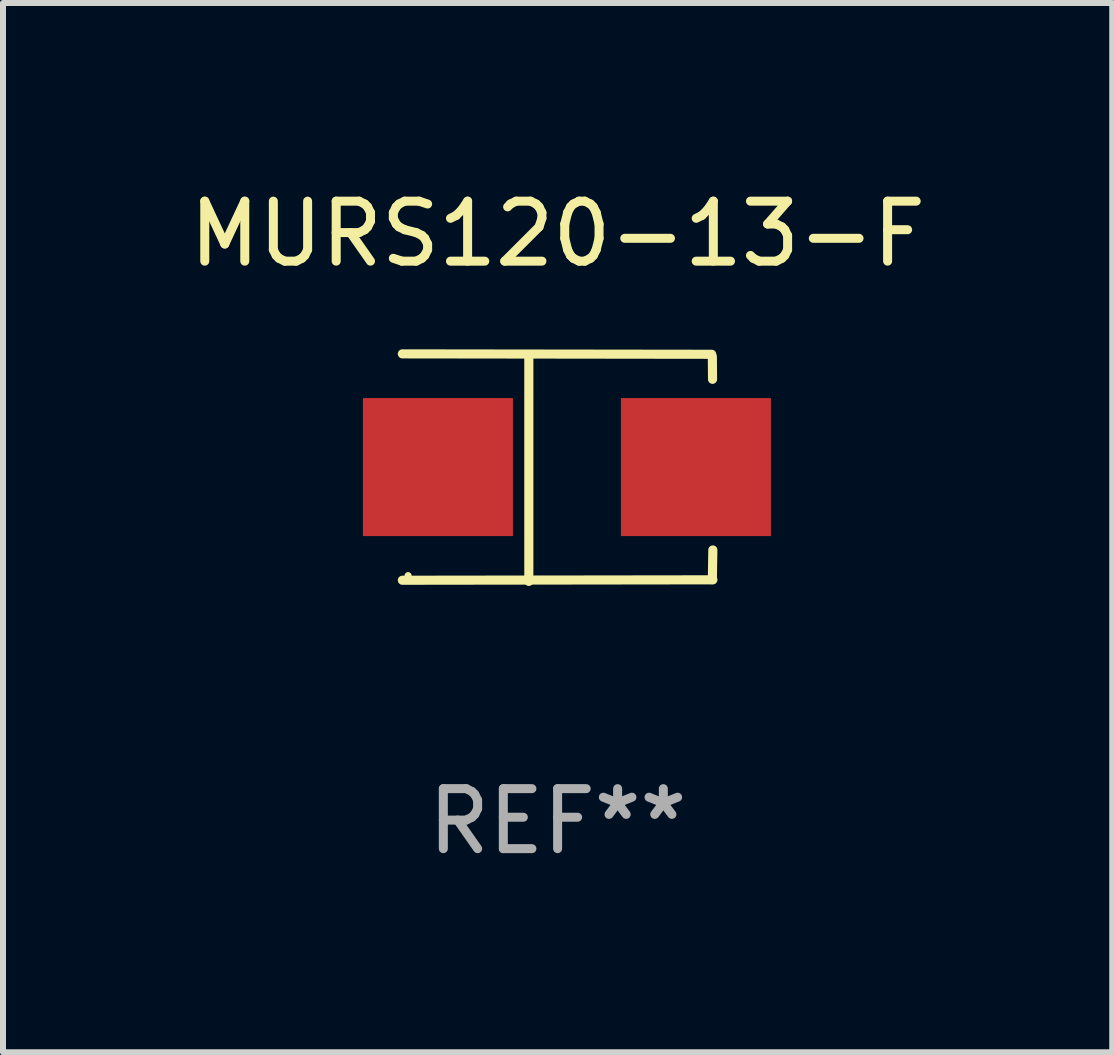
<source format=kicad_pcb>
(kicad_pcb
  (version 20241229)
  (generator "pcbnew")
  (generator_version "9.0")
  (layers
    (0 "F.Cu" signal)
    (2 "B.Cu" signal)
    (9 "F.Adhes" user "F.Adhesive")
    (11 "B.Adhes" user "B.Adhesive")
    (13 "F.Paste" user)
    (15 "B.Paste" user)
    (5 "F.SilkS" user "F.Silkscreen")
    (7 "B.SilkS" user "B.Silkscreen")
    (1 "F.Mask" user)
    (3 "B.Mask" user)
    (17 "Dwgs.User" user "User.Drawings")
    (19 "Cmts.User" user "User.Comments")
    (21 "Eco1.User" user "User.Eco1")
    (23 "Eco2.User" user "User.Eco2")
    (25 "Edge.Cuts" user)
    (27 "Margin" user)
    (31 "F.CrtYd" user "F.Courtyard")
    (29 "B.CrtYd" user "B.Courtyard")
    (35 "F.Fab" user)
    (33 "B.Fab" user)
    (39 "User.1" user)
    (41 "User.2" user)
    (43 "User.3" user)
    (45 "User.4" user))
  (footprint "MURS120-13-F"
    (layer "F.Cu")
    (at 6.244 4.744)
    (property "Reference" "MURS120-13-F" (at 0 -3.896 0) (layer "F.SilkS") (effects (font (size 1 1) (thickness 0.15))))
    (attr through_hole)
    (fp_line (start -2.588 -1.896) (end 2.568 -1.889) (stroke (width 0.152) (type solid)) (layer "F.SilkS"))
    (fp_line (start -2.588 1.877) (end 2.588 1.87) (stroke (width 0.152) (type solid)) (layer "F.SilkS"))
    (fp_line (start -0.48 1.896) (end -0.48 -1.871) (stroke (width 0.152) (type solid)) (layer "F.SilkS"))
    (fp_line (start 2.579 -1.849) (end 2.582 -1.472) (stroke (width 0.152) (type solid)) (layer "F.SilkS"))
    (fp_line (start 2.579 1.867) (end 2.587 1.372) (stroke (width 0.152) (type solid)) (layer "F.SilkS"))
    (fp_circle (center -2.492 1.801) (end -2.462 1.801) (stroke (width 0.06) (type solid)) (fill no) (layer "F.SilkS"))
    (fp_text user "REF**" (at 0 5.896 0) (layer "F.Fab") (effects (font (size 1 1) (thickness 0.15))))
    (pad "1" smd rect (at -1.995 -0.009) (size 2.5 2.3) (layers "F.Cu" "F.Mask" "F.Paste"))
    (pad "2" smd rect (at 2.305 -0.009) (size 2.5 2.3) (layers "F.Cu" "F.Mask" "F.Paste")))
  (gr_rect
    (start -3 -3)
    (end 15.488 14.488)
    (stroke (width 0.1) (type default))
    (fill no)
    (layer "Edge.Cuts")))
</source>
